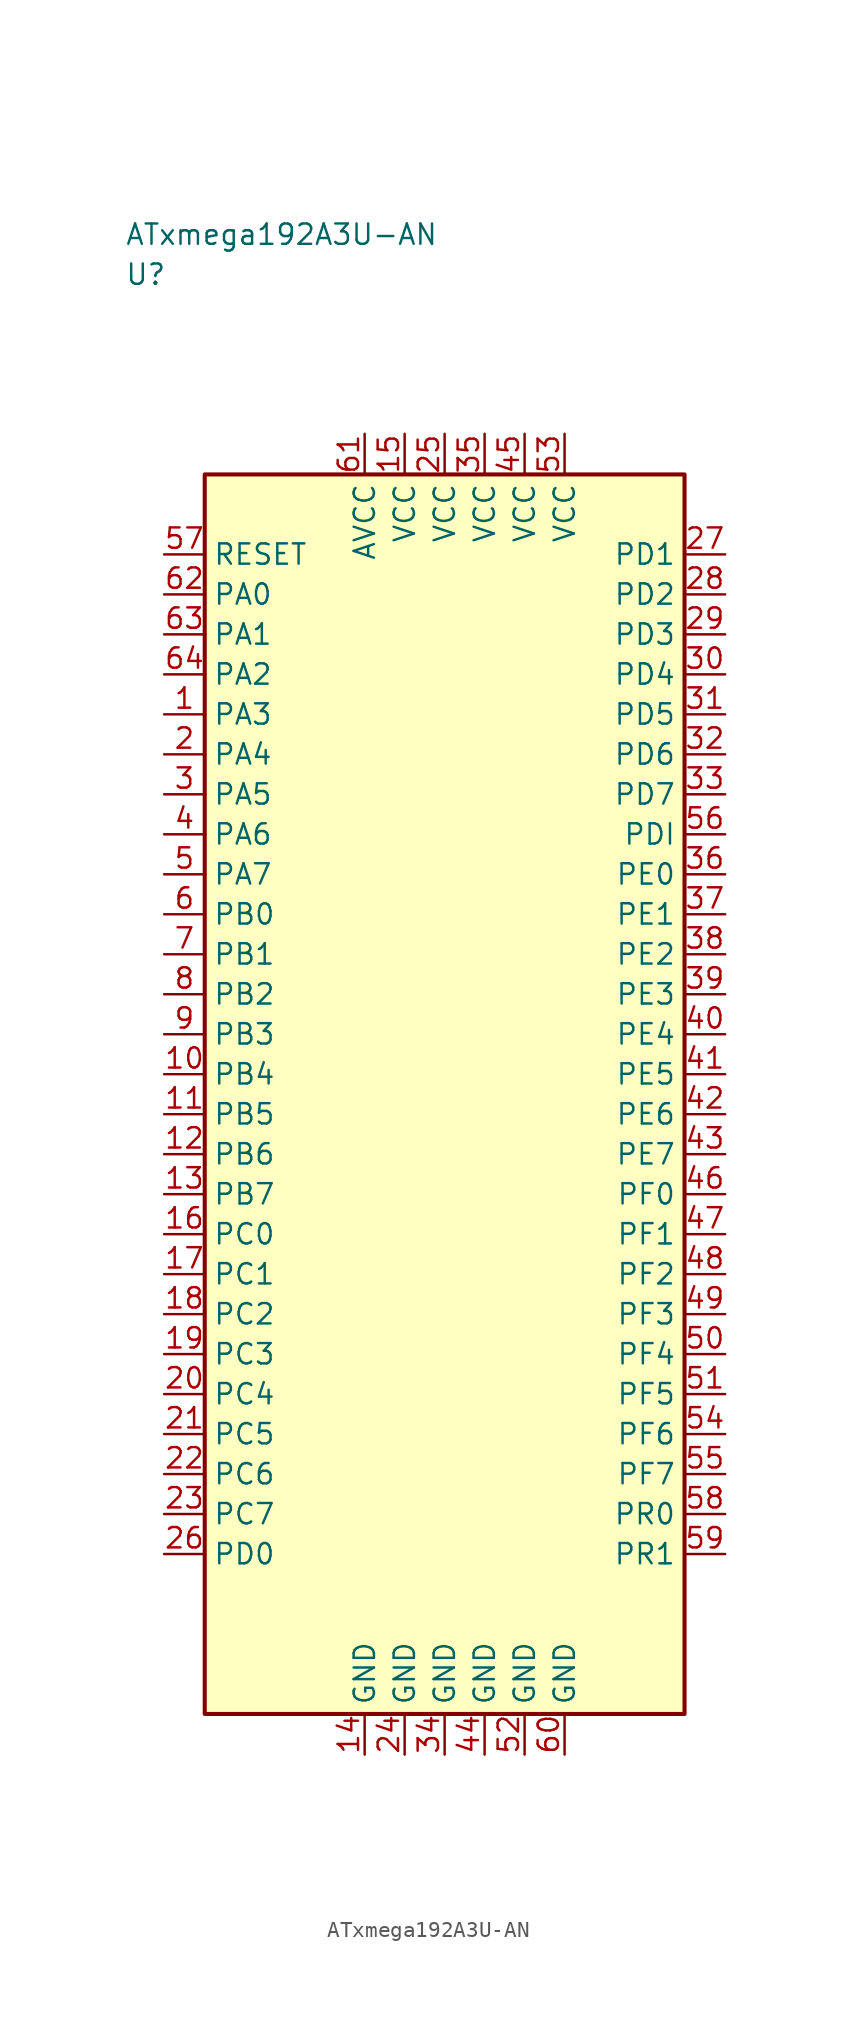
<source format=kicad_sym>
(kicad_symbol_lib
  (version 20241025)
  (generator "kicad_symbol_editor")
  (generator_version "8.0")
  (symbol "ATxmega192A3U-AN"
    (property "Reference" "U"
      (at -20.0 51.25 0)
      (effects (font (size 1.27 1.27)) (justify left)))
    (property "Value" "ATxmega192A3U-AN"
      (at -20.0 53.75 0)
      (effects (font (size 1.27 1.27)) (justify left)))
    (symbol "ATxmega192A3U-AN_0_1"
      (rectangle (start -15.0 38.75) (end 15.0 -38.75) (stroke (width 0.254) (type default)) (fill (type background))))
    (symbol "ATxmega192A3U-AN_1_1"
      (pin bidirectional line (at -17.54 23.75 0.0) (length 2.54) (name "PA3" (effects (font (size 1.27 1.27)))) (number "1" (effects (font (size 1.27 1.27)))))
      (pin bidirectional line (at -17.54 21.25 0.0) (length 2.54) (name "PA4" (effects (font (size 1.27 1.27)))) (number "2" (effects (font (size 1.27 1.27)))))
      (pin bidirectional line (at -17.54 18.75 0.0) (length 2.54) (name "PA5" (effects (font (size 1.27 1.27)))) (number "3" (effects (font (size 1.27 1.27)))))
      (pin bidirectional line (at -17.54 16.25 0.0) (length 2.54) (name "PA6" (effects (font (size 1.27 1.27)))) (number "4" (effects (font (size 1.27 1.27)))))
      (pin bidirectional line (at -17.54 13.75 0.0) (length 2.54) (name "PA7" (effects (font (size 1.27 1.27)))) (number "5" (effects (font (size 1.27 1.27)))))
      (pin bidirectional line (at -17.54 11.25 0.0) (length 2.54) (name "PB0" (effects (font (size 1.27 1.27)))) (number "6" (effects (font (size 1.27 1.27)))))
      (pin bidirectional line (at -17.54 8.75 0.0) (length 2.54) (name "PB1" (effects (font (size 1.27 1.27)))) (number "7" (effects (font (size 1.27 1.27)))))
      (pin bidirectional line (at -17.54 6.25 0.0) (length 2.54) (name "PB2" (effects (font (size 1.27 1.27)))) (number "8" (effects (font (size 1.27 1.27)))))
      (pin bidirectional line (at -17.54 3.75 0.0) (length 2.54) (name "PB3" (effects (font (size 1.27 1.27)))) (number "9" (effects (font (size 1.27 1.27)))))
      (pin bidirectional line (at -17.54 1.25 0.0) (length 2.54) (name "PB4" (effects (font (size 1.27 1.27)))) (number "10" (effects (font (size 1.27 1.27)))))
      (pin bidirectional line (at -17.54 -1.25 0.0) (length 2.54) (name "PB5" (effects (font (size 1.27 1.27)))) (number "11" (effects (font (size 1.27 1.27)))))
      (pin bidirectional line (at -17.54 -3.75 0.0) (length 2.54) (name "PB6" (effects (font (size 1.27 1.27)))) (number "12" (effects (font (size 1.27 1.27)))))
      (pin bidirectional line (at -17.54 -6.25 0.0) (length 2.54) (name "PB7" (effects (font (size 1.27 1.27)))) (number "13" (effects (font (size 1.27 1.27)))))
      (pin passive line (at -5.0 -41.29 90.0) (length 2.54) (name "GND" (effects (font (size 1.27 1.27)))) (number "14" (effects (font (size 1.27 1.27)))))
      (pin power_in line (at -2.5 41.29 270.0) (length 2.54) (name "VCC" (effects (font (size 1.27 1.27)))) (number "15" (effects (font (size 1.27 1.27)))))
      (pin bidirectional line (at -17.54 -8.75 0.0) (length 2.54) (name "PC0" (effects (font (size 1.27 1.27)))) (number "16" (effects (font (size 1.27 1.27)))))
      (pin bidirectional line (at -17.54 -11.25 0.0) (length 2.54) (name "PC1" (effects (font (size 1.27 1.27)))) (number "17" (effects (font (size 1.27 1.27)))))
      (pin bidirectional line (at -17.54 -13.75 0.0) (length 2.54) (name "PC2" (effects (font (size 1.27 1.27)))) (number "18" (effects (font (size 1.27 1.27)))))
      (pin bidirectional line (at -17.54 -16.25 0.0) (length 2.54) (name "PC3" (effects (font (size 1.27 1.27)))) (number "19" (effects (font (size 1.27 1.27)))))
      (pin bidirectional line (at -17.54 -18.75 0.0) (length 2.54) (name "PC4" (effects (font (size 1.27 1.27)))) (number "20" (effects (font (size 1.27 1.27)))))
      (pin bidirectional line (at -17.54 -21.25 0.0) (length 2.54) (name "PC5" (effects (font (size 1.27 1.27)))) (number "21" (effects (font (size 1.27 1.27)))))
      (pin bidirectional line (at -17.54 -23.75 0.0) (length 2.54) (name "PC6" (effects (font (size 1.27 1.27)))) (number "22" (effects (font (size 1.27 1.27)))))
      (pin bidirectional line (at -17.54 -26.25 0.0) (length 2.54) (name "PC7" (effects (font (size 1.27 1.27)))) (number "23" (effects (font (size 1.27 1.27)))))
      (pin passive line (at -2.5 -41.29 90.0) (length 2.54) (name "GND" (effects (font (size 1.27 1.27)))) (number "24" (effects (font (size 1.27 1.27)))))
      (pin power_in line (at 0.0 41.29 270.0) (length 2.54) (name "VCC" (effects (font (size 1.27 1.27)))) (number "25" (effects (font (size 1.27 1.27)))))
      (pin bidirectional line (at -17.54 -28.75 0.0) (length 2.54) (name "PD0" (effects (font (size 1.27 1.27)))) (number "26" (effects (font (size 1.27 1.27)))))
      (pin bidirectional line (at 17.54 33.75 180.0) (length 2.54) (name "PD1" (effects (font (size 1.27 1.27)))) (number "27" (effects (font (size 1.27 1.27)))))
      (pin bidirectional line (at 17.54 31.25 180.0) (length 2.54) (name "PD2" (effects (font (size 1.27 1.27)))) (number "28" (effects (font (size 1.27 1.27)))))
      (pin bidirectional line (at 17.54 28.75 180.0) (length 2.54) (name "PD3" (effects (font (size 1.27 1.27)))) (number "29" (effects (font (size 1.27 1.27)))))
      (pin bidirectional line (at 17.54 26.25 180.0) (length 2.54) (name "PD4" (effects (font (size 1.27 1.27)))) (number "30" (effects (font (size 1.27 1.27)))))
      (pin bidirectional line (at 17.54 23.75 180.0) (length 2.54) (name "PD5" (effects (font (size 1.27 1.27)))) (number "31" (effects (font (size 1.27 1.27)))))
      (pin bidirectional line (at 17.54 21.25 180.0) (length 2.54) (name "PD6" (effects (font (size 1.27 1.27)))) (number "32" (effects (font (size 1.27 1.27)))))
      (pin bidirectional line (at 17.54 18.75 180.0) (length 2.54) (name "PD7" (effects (font (size 1.27 1.27)))) (number "33" (effects (font (size 1.27 1.27)))))
      (pin passive line (at 0.0 -41.29 90.0) (length 2.54) (name "GND" (effects (font (size 1.27 1.27)))) (number "34" (effects (font (size 1.27 1.27)))))
      (pin power_in line (at 2.5 41.29 270.0) (length 2.54) (name "VCC" (effects (font (size 1.27 1.27)))) (number "35" (effects (font (size 1.27 1.27)))))
      (pin bidirectional line (at 17.54 13.75 180.0) (length 2.54) (name "PE0" (effects (font (size 1.27 1.27)))) (number "36" (effects (font (size 1.27 1.27)))))
      (pin bidirectional line (at 17.54 11.25 180.0) (length 2.54) (name "PE1" (effects (font (size 1.27 1.27)))) (number "37" (effects (font (size 1.27 1.27)))))
      (pin bidirectional line (at 17.54 8.75 180.0) (length 2.54) (name "PE2" (effects (font (size 1.27 1.27)))) (number "38" (effects (font (size 1.27 1.27)))))
      (pin bidirectional line (at 17.54 6.25 180.0) (length 2.54) (name "PE3" (effects (font (size 1.27 1.27)))) (number "39" (effects (font (size 1.27 1.27)))))
      (pin bidirectional line (at 17.54 3.75 180.0) (length 2.54) (name "PE4" (effects (font (size 1.27 1.27)))) (number "40" (effects (font (size 1.27 1.27)))))
      (pin bidirectional line (at 17.54 1.25 180.0) (length 2.54) (name "PE5" (effects (font (size 1.27 1.27)))) (number "41" (effects (font (size 1.27 1.27)))))
      (pin bidirectional line (at 17.54 -1.25 180.0) (length 2.54) (name "PE6" (effects (font (size 1.27 1.27)))) (number "42" (effects (font (size 1.27 1.27)))))
      (pin bidirectional line (at 17.54 -3.75 180.0) (length 2.54) (name "PE7" (effects (font (size 1.27 1.27)))) (number "43" (effects (font (size 1.27 1.27)))))
      (pin passive line (at 2.5 -41.29 90.0) (length 2.54) (name "GND" (effects (font (size 1.27 1.27)))) (number "44" (effects (font (size 1.27 1.27)))))
      (pin power_in line (at 5.0 41.29 270.0) (length 2.54) (name "VCC" (effects (font (size 1.27 1.27)))) (number "45" (effects (font (size 1.27 1.27)))))
      (pin bidirectional line (at 17.54 -6.25 180.0) (length 2.54) (name "PF0" (effects (font (size 1.27 1.27)))) (number "46" (effects (font (size 1.27 1.27)))))
      (pin bidirectional line (at 17.54 -8.75 180.0) (length 2.54) (name "PF1" (effects (font (size 1.27 1.27)))) (number "47" (effects (font (size 1.27 1.27)))))
      (pin bidirectional line (at 17.54 -11.25 180.0) (length 2.54) (name "PF2" (effects (font (size 1.27 1.27)))) (number "48" (effects (font (size 1.27 1.27)))))
      (pin bidirectional line (at 17.54 -13.75 180.0) (length 2.54) (name "PF3" (effects (font (size 1.27 1.27)))) (number "49" (effects (font (size 1.27 1.27)))))
      (pin bidirectional line (at 17.54 -16.25 180.0) (length 2.54) (name "PF4" (effects (font (size 1.27 1.27)))) (number "50" (effects (font (size 1.27 1.27)))))
      (pin bidirectional line (at 17.54 -18.75 180.0) (length 2.54) (name "PF5" (effects (font (size 1.27 1.27)))) (number "51" (effects (font (size 1.27 1.27)))))
      (pin passive line (at 5.0 -41.29 90.0) (length 2.54) (name "GND" (effects (font (size 1.27 1.27)))) (number "52" (effects (font (size 1.27 1.27)))))
      (pin power_in line (at 7.5 41.29 270.0) (length 2.54) (name "VCC" (effects (font (size 1.27 1.27)))) (number "53" (effects (font (size 1.27 1.27)))))
      (pin bidirectional line (at 17.54 -21.25 180.0) (length 2.54) (name "PF6" (effects (font (size 1.27 1.27)))) (number "54" (effects (font (size 1.27 1.27)))))
      (pin bidirectional line (at 17.54 -23.75 180.0) (length 2.54) (name "PF7" (effects (font (size 1.27 1.27)))) (number "55" (effects (font (size 1.27 1.27)))))
      (pin bidirectional line (at 17.54 16.25 180.0) (length 2.54) (name "PDI" (effects (font (size 1.27 1.27)))) (number "56" (effects (font (size 1.27 1.27)))))
      (pin input line (at -17.54 33.75 0.0) (length 2.54) (name "RESET" (effects (font (size 1.27 1.27)))) (number "57" (effects (font (size 1.27 1.27)))))
      (pin bidirectional line (at 17.54 -26.25 180.0) (length 2.54) (name "PR0" (effects (font (size 1.27 1.27)))) (number "58" (effects (font (size 1.27 1.27)))))
      (pin bidirectional line (at 17.54 -28.75 180.0) (length 2.54) (name "PR1" (effects (font (size 1.27 1.27)))) (number "59" (effects (font (size 1.27 1.27)))))
      (pin passive line (at 7.5 -41.29 90.0) (length 2.54) (name "GND" (effects (font (size 1.27 1.27)))) (number "60" (effects (font (size 1.27 1.27)))))
      (pin power_in line (at -5.0 41.29 270.0) (length 2.54) (name "AVCC" (effects (font (size 1.27 1.27)))) (number "61" (effects (font (size 1.27 1.27)))))
      (pin bidirectional line (at -17.54 31.25 0.0) (length 2.54) (name "PA0" (effects (font (size 1.27 1.27)))) (number "62" (effects (font (size 1.27 1.27)))))
      (pin bidirectional line (at -17.54 28.75 0.0) (length 2.54) (name "PA1" (effects (font (size 1.27 1.27)))) (number "63" (effects (font (size 1.27 1.27)))))
      (pin bidirectional line (at -17.54 26.25 0.0) (length 2.54) (name "PA2" (effects (font (size 1.27 1.27)))) (number "64" (effects (font (size 1.27 1.27))))))))
</source>
